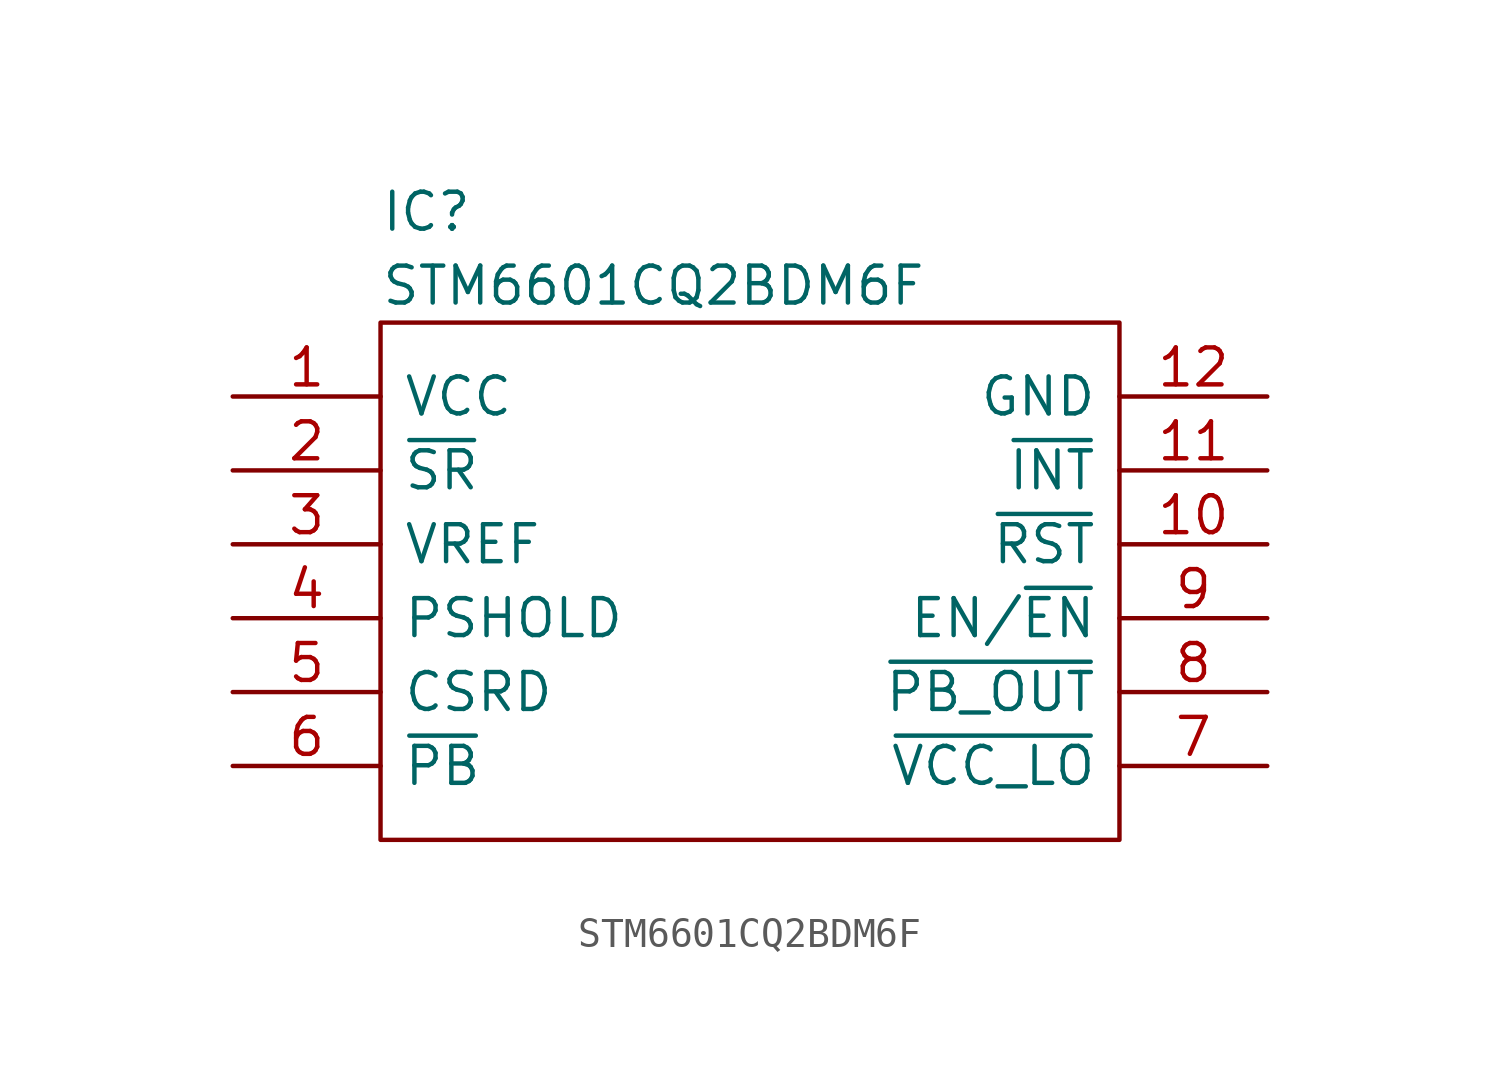
<source format=kicad_sym>
(kicad_symbol_lib
  (version 20220914)
  (generator kicad_symbol_editor)
  (symbol "STM6601CQ2BDM6F"
    (pin_names
      (offset 0.762))
    (property "Reference" "IC"
      (at 5.08 6.35 0)
      (effects (font (size 1.27 1.27)) (justify left)))
    (property "Value" "STM6601CQ2BDM6F"
      (at 5.08 3.81 0)
      (effects (font (size 1.27 1.27)) (justify left)))
    (symbol "STM6601CQ2BDM6F_0_0"
      (pin power_in line (at 0 0 0) (length 5.08) (name "VCC" (effects (font (size 1.27 1.27)))) (number "1" (effects (font (size 1.27 1.27)))))
      (pin output line (at 35.56 -5.08 180) (length 5.08) (name "~{RST}" (effects (font (size 1.27 1.27)))) (number "10" (effects (font (size 1.27 1.27)))))
      (pin output line (at 35.56 -2.54 180) (length 5.08) (name "~{INT}" (effects (font (size 1.27 1.27)))) (number "11" (effects (font (size 1.27 1.27)))))
      (pin power_in line (at 35.56 0 180) (length 5.08) (name "GND" (effects (font (size 1.27 1.27)))) (number "12" (effects (font (size 1.27 1.27)))))
      (pin input line (at 0 -2.54 0) (length 5.08) (name "~{SR}" (effects (font (size 1.27 1.27)))) (number "2" (effects (font (size 1.27 1.27)))))
      (pin output line (at 0 -5.08 0) (length 5.08) (name "VREF" (effects (font (size 1.27 1.27)))) (number "3" (effects (font (size 1.27 1.27)))))
      (pin input line (at 0 -7.62 0) (length 5.08) (name "PSHOLD" (effects (font (size 1.27 1.27)))) (number "4" (effects (font (size 1.27 1.27)))))
      (pin passive line (at 0 -10.16 0) (length 5.08) (name "CSRD" (effects (font (size 1.27 1.27)))) (number "5" (effects (font (size 1.27 1.27)))))
      (pin input line (at 0 -12.7 0) (length 5.08) (name "~{PB}" (effects (font (size 1.27 1.27)))) (number "6" (effects (font (size 1.27 1.27)))))
      (pin input line (at 35.56 -12.7 180) (length 5.08) (name "~{VCC_LO}" (effects (font (size 1.27 1.27)))) (number "7" (effects (font (size 1.27 1.27)))))
      (pin output line (at 35.56 -10.16 180) (length 5.08) (name "~{PB_OUT}" (effects (font (size 1.27 1.27)))) (number "8" (effects (font (size 1.27 1.27)))))
      (pin output line (at 35.56 -7.62 180) (length 5.08) (name "EN/~{EN}" (effects (font (size 1.27 1.27)))) (number "9" (effects (font (size 1.27 1.27))))))
    (symbol "STM6601CQ2BDM6F_0_1"
      (polyline (pts (xy 5.08 2.54) (xy 30.48 2.54) (xy 30.48 -15.24) (xy 5.08 -15.24) (xy 5.08 2.54)) (stroke (width 0.152) (type solid)) (fill (type none))))))
</source>
